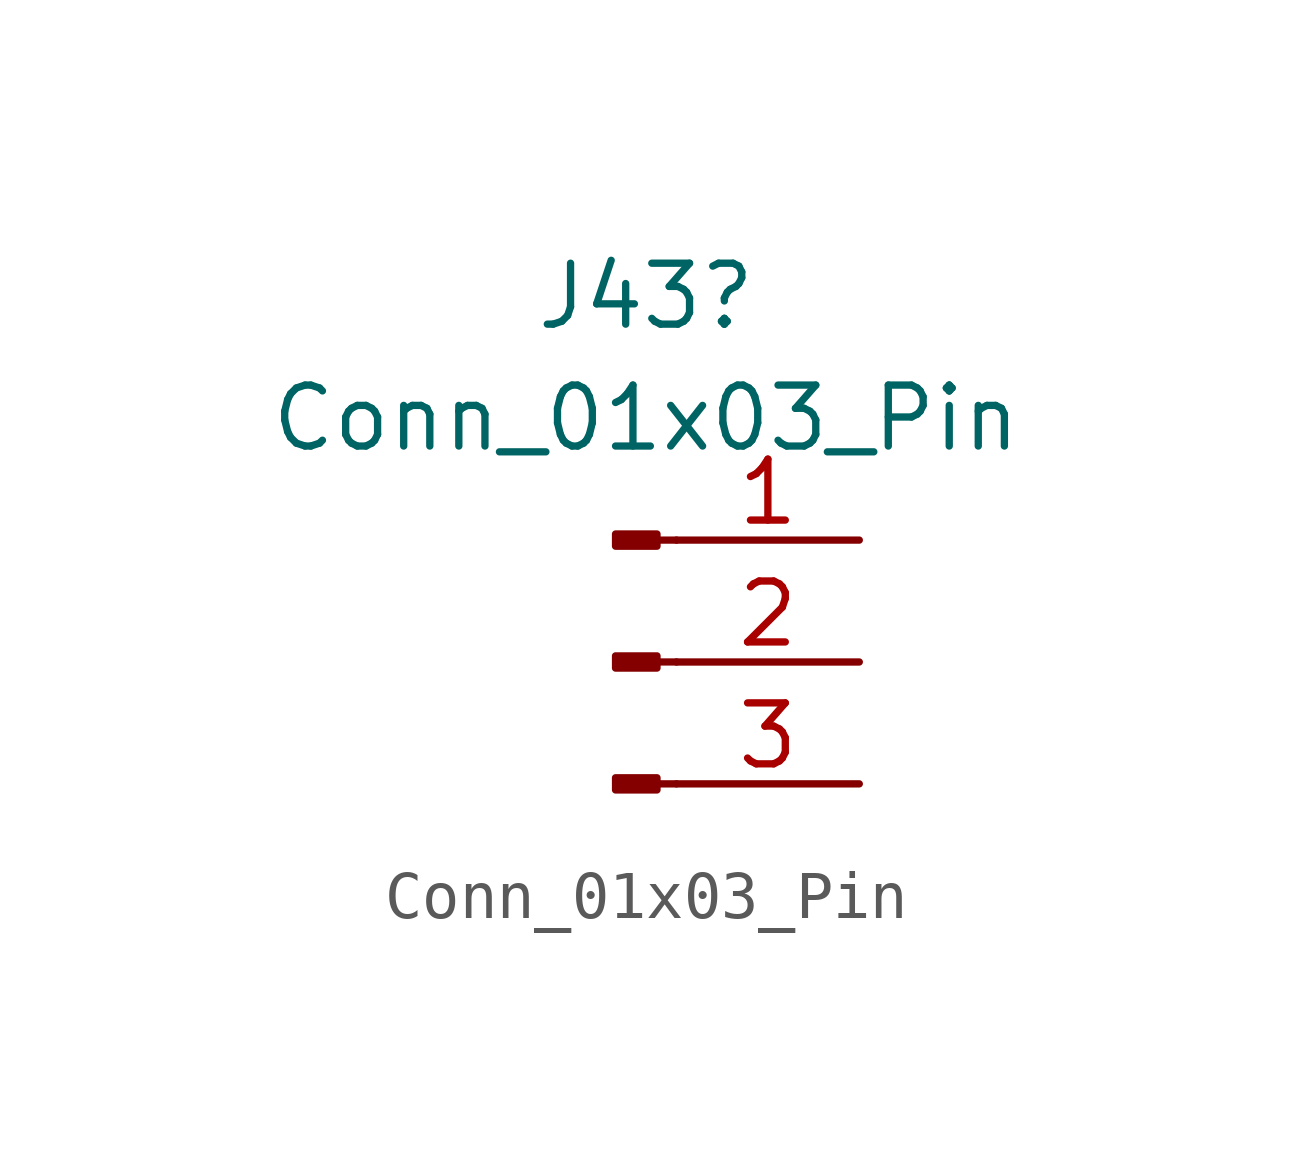
<source format=kicad_sym>
(kicad_symbol_lib
  (version 20220914)
  (generator kicad_symbol_editor)
  (symbol "Conn_01x03_Pin"
    (pin_names
      (offset 1.016) hide)
    (property "Reference" "J43"
      (at 0.635 7.62 0)
      (effects (font (size 1.27 1.27))))
    (property "Value" "Conn_01x03_Pin"
      (at 0.635 5.08 0)
      (effects (font (size 1.27 1.27))))
    (property "ki_locked" ""
      (at 0 0 0)
      (effects (font (size 1.27 1.27))))
    (symbol "Conn_01x03_Pin_1_1"
      (polyline (pts (xy 1.27 -2.54) (xy 0.864 -2.54)) (stroke (width 0.152) (type default)) (fill (type none)))
      (polyline (pts (xy 1.27 0) (xy 0.864 0)) (stroke (width 0.152) (type default)) (fill (type none)))
      (polyline (pts (xy 1.27 2.54) (xy 0.864 2.54)) (stroke (width 0.152) (type default)) (fill (type none)))
      (rectangle (start 0 0.127) (end 0.864 -0.127) (stroke (width 0.152) (type default)) (fill (type outline)))
      (rectangle (start 0.864 -2.413) (end 0 -2.667) (stroke (width 0.152) (type default)) (fill (type outline)))
      (rectangle (start 0.864 2.667) (end 0 2.413) (stroke (width 0.152) (type default)) (fill (type outline)))
      (pin bidirectional line (at 5.08 2.54 180) (length 3.81) (name "Pin_1" (effects (font (size 1.27 1.27)))) (number "1" (effects (font (size 1.27 1.27)))))
      (pin bidirectional line (at 5.08 0 180) (length 3.81) (name "Pin_2" (effects (font (size 1.27 1.27)))) (number "2" (effects (font (size 1.27 1.27)))))
      (pin bidirectional line (at 5.08 -2.54 180) (length 3.81) (name "Pin_3" (effects (font (size 1.27 1.27)))) (number "3" (effects (font (size 1.27 1.27))))))))
</source>
